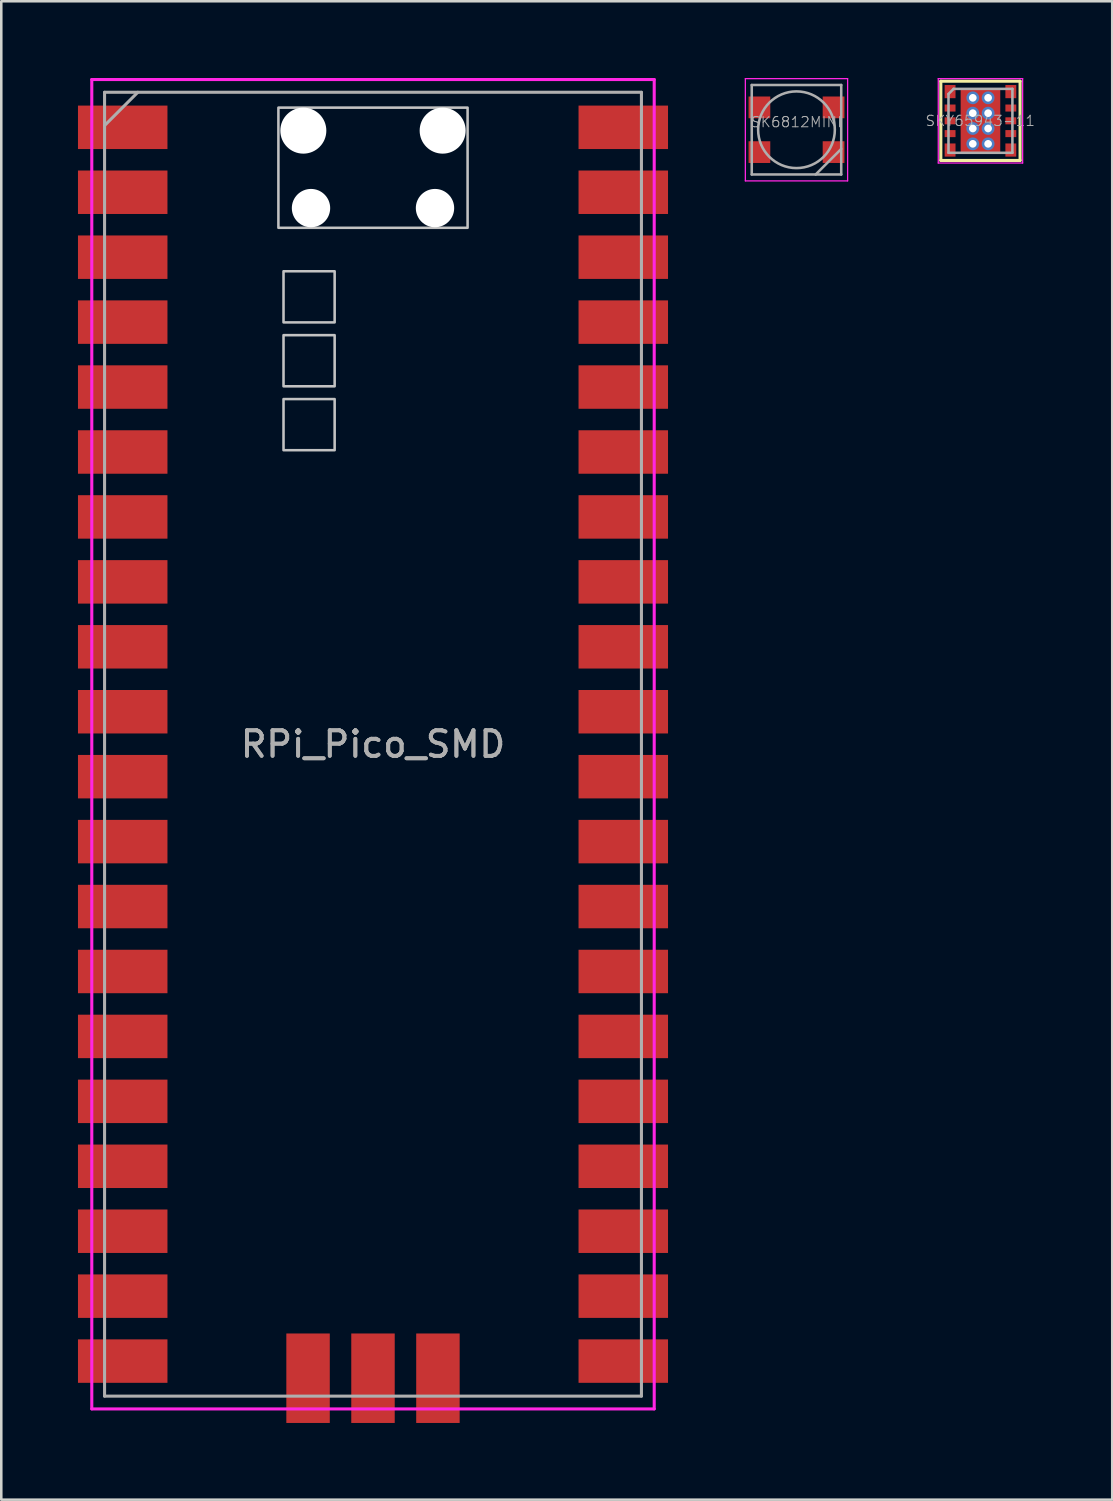
<source format=kicad_pcb>
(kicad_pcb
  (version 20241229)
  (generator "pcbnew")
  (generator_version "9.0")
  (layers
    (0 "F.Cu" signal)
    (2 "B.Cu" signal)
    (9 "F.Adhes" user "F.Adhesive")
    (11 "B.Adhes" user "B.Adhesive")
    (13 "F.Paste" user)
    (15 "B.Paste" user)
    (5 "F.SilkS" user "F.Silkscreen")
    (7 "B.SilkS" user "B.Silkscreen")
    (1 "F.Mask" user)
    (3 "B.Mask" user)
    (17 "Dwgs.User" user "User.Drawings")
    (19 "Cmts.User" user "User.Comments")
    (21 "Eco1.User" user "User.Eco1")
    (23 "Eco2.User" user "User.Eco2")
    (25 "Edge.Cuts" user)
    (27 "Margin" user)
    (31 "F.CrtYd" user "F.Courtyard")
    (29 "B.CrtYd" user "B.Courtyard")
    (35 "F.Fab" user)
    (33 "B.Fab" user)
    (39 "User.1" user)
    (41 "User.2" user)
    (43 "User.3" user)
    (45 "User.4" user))
  (footprint "RPi_Pico_SMD"
    (layer "F.Cu")
    (at 11.54 26.06)
    (property "Reference" "RPi_Pico_SMD" (at 0 0 0) (layer "F.Fab") (effects (font (size 1 1) (thickness 0.15))))
    (fp_poly (pts (xy -1.5 -16.5) (xy -3.5 -16.5) (xy -3.5 -18.5) (xy -1.5 -18.5)) (stroke (width 0.1) (type solid)) (fill no) (layer "Dwgs.User"))
    (fp_poly (pts (xy -1.5 -14) (xy -3.5 -14) (xy -3.5 -16) (xy -1.5 -16)) (stroke (width 0.1) (type solid)) (fill no) (layer "Dwgs.User"))
    (fp_poly (pts (xy -1.5 -11.5) (xy -3.5 -11.5) (xy -3.5 -13.5) (xy -1.5 -13.5)) (stroke (width 0.1) (type solid)) (fill no) (layer "Dwgs.User"))
    (fp_poly (pts (xy 3.7 -20.2) (xy -3.7 -20.2) (xy -3.7 -24.9) (xy 3.7 -24.9)) (stroke (width 0.1) (type solid)) (fill no) (layer "Dwgs.User"))
    (fp_line (start -11 -26) (end 11 -26) (stroke (width 0.12) (type solid)) (layer "F.CrtYd"))
    (fp_line (start -11 26) (end -11 -26) (stroke (width 0.12) (type solid)) (layer "F.CrtYd"))
    (fp_line (start 11 -26) (end 11 26) (stroke (width 0.12) (type solid)) (layer "F.CrtYd"))
    (fp_line (start 11 26) (end -11 26) (stroke (width 0.12) (type solid)) (layer "F.CrtYd"))
    (fp_line (start -10.5 -25.5) (end 10.5 -25.5) (stroke (width 0.12) (type solid)) (layer "F.Fab"))
    (fp_line (start -10.5 -24.2) (end -9.2 -25.5) (stroke (width 0.12) (type solid)) (layer "F.Fab"))
    (fp_line (start -10.5 25.5) (end -10.5 -25.5) (stroke (width 0.12) (type solid)) (layer "F.Fab"))
    (fp_line (start 10.5 -25.5) (end 10.5 25.5) (stroke (width 0.12) (type solid)) (layer "F.Fab"))
    (fp_line (start 10.5 25.5) (end -10.5 25.5) (stroke (width 0.12) (type solid)) (layer "F.Fab"))
    (fp_text user "${REFERENCE}" (at 0 0 180) (layer "F.Fab") (effects (font (size 1 1) (thickness 0.15))))
    (pad "" np_thru_hole oval (at -2.725 -24) (size 1.8 1.8) (drill 1.8) (layers "*.Cu" "*.Mask"))
    (pad "" np_thru_hole oval (at -2.425 -20.97) (size 1.5 1.5) (drill 1.5) (layers "*.Cu" "*.Mask"))
    (pad "" np_thru_hole oval (at 2.425 -20.97) (size 1.5 1.5) (drill 1.5) (layers "*.Cu" "*.Mask"))
    (pad "" np_thru_hole oval (at 2.725 -24) (size 1.8 1.8) (drill 1.8) (layers "*.Cu" "*.Mask"))
    (pad "1" smd rect (at -8.89 -24.13) (size 3.5 1.7) (drill (offset -0.9 0)) (layers "F.Cu" "F.Mask"))
    (pad "2" smd rect (at -8.89 -21.59) (size 3.5 1.7) (drill (offset -0.9 0)) (layers "F.Cu" "F.Mask"))
    (pad "3" smd rect (at -8.89 -19.05) (size 3.5 1.7) (drill (offset -0.9 0)) (layers "F.Cu" "F.Mask"))
    (pad "4" smd rect (at -8.89 -16.51) (size 3.5 1.7) (drill (offset -0.9 0)) (layers "F.Cu" "F.Mask"))
    (pad "5" smd rect (at -8.89 -13.97) (size 3.5 1.7) (drill (offset -0.9 0)) (layers "F.Cu" "F.Mask"))
    (pad "6" smd rect (at -8.89 -11.43) (size 3.5 1.7) (drill (offset -0.9 0)) (layers "F.Cu" "F.Mask"))
    (pad "7" smd rect (at -8.89 -8.89) (size 3.5 1.7) (drill (offset -0.9 0)) (layers "F.Cu" "F.Mask"))
    (pad "8" smd rect (at -8.89 -6.35) (size 3.5 1.7) (drill (offset -0.9 0)) (layers "F.Cu" "F.Mask"))
    (pad "9" smd rect (at -8.89 -3.81) (size 3.5 1.7) (drill (offset -0.9 0)) (layers "F.Cu" "F.Mask"))
    (pad "10" smd rect (at -8.89 -1.27) (size 3.5 1.7) (drill (offset -0.9 0)) (layers "F.Cu" "F.Mask"))
    (pad "11" smd rect (at -8.89 1.27) (size 3.5 1.7) (drill (offset -0.9 0)) (layers "F.Cu" "F.Mask"))
    (pad "12" smd rect (at -8.89 3.81) (size 3.5 1.7) (drill (offset -0.9 0)) (layers "F.Cu" "F.Mask"))
    (pad "13" smd rect (at -8.89 6.35) (size 3.5 1.7) (drill (offset -0.9 0)) (layers "F.Cu" "F.Mask"))
    (pad "14" smd rect (at -8.89 8.89) (size 3.5 1.7) (drill (offset -0.9 0)) (layers "F.Cu" "F.Mask"))
    (pad "15" smd rect (at -8.89 11.43) (size 3.5 1.7) (drill (offset -0.9 0)) (layers "F.Cu" "F.Mask"))
    (pad "16" smd rect (at -8.89 13.97) (size 3.5 1.7) (drill (offset -0.9 0)) (layers "F.Cu" "F.Mask"))
    (pad "17" smd rect (at -8.89 16.51) (size 3.5 1.7) (drill (offset -0.9 0)) (layers "F.Cu" "F.Mask"))
    (pad "18" smd rect (at -8.89 19.05) (size 3.5 1.7) (drill (offset -0.9 0)) (layers "F.Cu" "F.Mask"))
    (pad "19" smd rect (at -8.89 21.59) (size 3.5 1.7) (drill (offset -0.9 0)) (layers "F.Cu" "F.Mask"))
    (pad "20" smd rect (at -8.89 24.13) (size 3.5 1.7) (drill (offset -0.9 0)) (layers "F.Cu" "F.Mask"))
    (pad "21" smd rect (at 8.89 24.13) (size 3.5 1.7) (drill (offset 0.9 0)) (layers "F.Cu" "F.Mask"))
    (pad "22" smd rect (at 8.89 21.59) (size 3.5 1.7) (drill (offset 0.9 0)) (layers "F.Cu" "F.Mask"))
    (pad "23" smd rect (at 8.89 19.05) (size 3.5 1.7) (drill (offset 0.9 0)) (layers "F.Cu" "F.Mask"))
    (pad "24" smd rect (at 8.89 16.51) (size 3.5 1.7) (drill (offset 0.9 0)) (layers "F.Cu" "F.Mask"))
    (pad "25" smd rect (at 8.89 13.97) (size 3.5 1.7) (drill (offset 0.9 0)) (layers "F.Cu" "F.Mask"))
    (pad "26" smd rect (at 8.89 11.43) (size 3.5 1.7) (drill (offset 0.9 0)) (layers "F.Cu" "F.Mask"))
    (pad "27" smd rect (at 8.89 8.89) (size 3.5 1.7) (drill (offset 0.9 0)) (layers "F.Cu" "F.Mask"))
    (pad "28" smd rect (at 8.89 6.35) (size 3.5 1.7) (drill (offset 0.9 0)) (layers "F.Cu" "F.Mask"))
    (pad "29" smd rect (at 8.89 3.81) (size 3.5 1.7) (drill (offset 0.9 0)) (layers "F.Cu" "F.Mask"))
    (pad "30" smd rect (at 8.89 1.27) (size 3.5 1.7) (drill (offset 0.9 0)) (layers "F.Cu" "F.Mask"))
    (pad "31" smd rect (at 8.89 -1.27) (size 3.5 1.7) (drill (offset 0.9 0)) (layers "F.Cu" "F.Mask"))
    (pad "32" smd rect (at 8.89 -3.81) (size 3.5 1.7) (drill (offset 0.9 0)) (layers "F.Cu" "F.Mask"))
    (pad "33" smd rect (at 8.89 -6.35) (size 3.5 1.7) (drill (offset 0.9 0)) (layers "F.Cu" "F.Mask"))
    (pad "34" smd rect (at 8.89 -8.89) (size 3.5 1.7) (drill (offset 0.9 0)) (layers "F.Cu" "F.Mask"))
    (pad "35" smd rect (at 8.89 -11.43) (size 3.5 1.7) (drill (offset 0.9 0)) (layers "F.Cu" "F.Mask"))
    (pad "36" smd rect (at 8.89 -13.97) (size 3.5 1.7) (drill (offset 0.9 0)) (layers "F.Cu" "F.Mask"))
    (pad "37" smd rect (at 8.89 -16.51) (size 3.5 1.7) (drill (offset 0.9 0)) (layers "F.Cu" "F.Mask"))
    (pad "38" smd rect (at 8.89 -19.05) (size 3.5 1.7) (drill (offset 0.9 0)) (layers "F.Cu" "F.Mask"))
    (pad "39" smd rect (at 8.89 -21.59) (size 3.5 1.7) (drill (offset 0.9 0)) (layers "F.Cu" "F.Mask"))
    (pad "40" smd rect (at 8.89 -24.13) (size 3.5 1.7) (drill (offset 0.9 0)) (layers "F.Cu" "F.Mask"))
    (pad "41" smd rect (at -2.54 23.9 90) (size 3.5 1.7) (drill (offset -0.9 0)) (layers "F.Cu" "F.Mask"))
    (pad "42" smd rect (at 0 23.9 90) (size 3.5 1.7) (drill (offset -0.9 0)) (layers "F.Cu" "F.Mask"))
    (pad "43" smd rect (at 2.54 23.9 90) (size 3.5 1.7) (drill (offset -0.9 0)) (layers "F.Cu" "F.Mask")))
  (footprint "SKY65943-11"
    (layer "F.Cu")
    (at 35.301 1.676)
    (property "Reference" "SKY65943-11" (at -0.008 0 0) (layer "F.Fab") (effects (font (size 0.4 0.4) (thickness 0.04))))
    (attr smd)
    (fp_poly (pts (xy -1.45 -1.451) (xy -0.925 -1.451) (xy -0.925 -0.836) (xy -1.45 -0.836)) (stroke (width 0.01) (type solid)) (fill yes) (layer "F.Mask"))
    (fp_poly (pts (xy -1.45 -0.688) (xy -0.925 -0.688) (xy -0.925 -0.312) (xy -1.45 -0.312)) (stroke (width 0.01) (type solid)) (fill yes) (layer "F.Mask"))
    (fp_poly (pts (xy -1.45 -0.188) (xy -0.925 -0.188) (xy -0.925 0.188) (xy -1.45 0.188)) (stroke (width 0.01) (type solid)) (fill yes) (layer "F.Mask"))
    (fp_poly (pts (xy -1.45 0.312) (xy -0.925 0.312) (xy -0.925 0.688) (xy -1.45 0.688)) (stroke (width 0.01) (type solid)) (fill yes) (layer "F.Mask"))
    (fp_poly (pts (xy -1.45 0.836) (xy -0.925 0.836) (xy -0.925 1.451) (xy -1.45 1.451)) (stroke (width 0.01) (type solid)) (fill yes) (layer "F.Mask"))
    (fp_poly (pts (xy -0.775 -1.25) (xy 0.775 -1.25) (xy 0.775 1.25) (xy -0.775 1.25)) (stroke (width 0.01) (type solid)) (fill yes) (layer "F.Mask"))
    (fp_poly (pts (xy 0.925 -1.451) (xy 1.45 -1.451) (xy 1.45 -0.836) (xy 0.925 -0.836)) (stroke (width 0.01) (type solid)) (fill yes) (layer "F.Mask"))
    (fp_poly (pts (xy 0.925 -0.688) (xy 1.45 -0.688) (xy 1.45 -0.312) (xy 0.925 -0.312)) (stroke (width 0.01) (type solid)) (fill yes) (layer "F.Mask"))
    (fp_poly (pts (xy 0.925 -0.188) (xy 1.45 -0.188) (xy 1.45 0.188) (xy 0.925 0.188)) (stroke (width 0.01) (type solid)) (fill yes) (layer "F.Mask"))
    (fp_poly (pts (xy 0.925 0.312) (xy 1.45 0.312) (xy 1.45 0.688) (xy 0.925 0.688)) (stroke (width 0.01) (type solid)) (fill yes) (layer "F.Mask"))
    (fp_poly (pts (xy 0.925 0.836) (xy 1.45 0.836) (xy 1.45 1.451) (xy 0.925 1.451)) (stroke (width 0.01) (type solid)) (fill yes) (layer "F.Mask"))
    (fp_line (start -1.55 1.55) (end -1.55 -1.55) (stroke (width 0.12) (type default)) (layer "F.SilkS"))
    (fp_line (start -1.55 1.55) (end 1.55 1.55) (stroke (width 0.12) (type default)) (layer "F.SilkS"))
    (fp_line (start 1.55 -1.55) (end -1.55 -1.55) (stroke (width 0.12) (type default)) (layer "F.SilkS"))
    (fp_line (start 1.55 1.55) (end 1.55 -1.55) (stroke (width 0.12) (type default)) (layer "F.SilkS"))
    (fp_poly (pts (xy -0.775 -1.25) (xy 0.775 -1.25) (xy 0.775 -0.505) (xy -0.775 -0.505)) (stroke (width 0.01) (type solid)) (fill yes) (layer "F.Paste"))
    (fp_poly (pts (xy -0.775 -0.335) (xy 0.775 -0.335) (xy 0.775 0.335) (xy -0.775 0.335)) (stroke (width 0.01) (type solid)) (fill yes) (layer "F.Paste"))
    (fp_poly (pts (xy -0.775 0.505) (xy 0.775 0.505) (xy 0.775 1.25) (xy -0.775 1.25)) (stroke (width 0.01) (type solid)) (fill yes) (layer "F.Paste"))
    (fp_line (start -1.65 -1.651) (end 1.65 -1.651) (stroke (width 0.05) (type solid)) (layer "F.CrtYd"))
    (fp_line (start -1.65 1.651) (end -1.65 -1.651) (stroke (width 0.05) (type solid)) (layer "F.CrtYd"))
    (fp_line (start 1.65 -1.651) (end 1.65 1.651) (stroke (width 0.05) (type solid)) (layer "F.CrtYd"))
    (fp_line (start 1.65 1.651) (end -1.65 1.651) (stroke (width 0.05) (type solid)) (layer "F.CrtYd"))
    (fp_line (start -1.25 -1.05) (end -1.05 -1.25) (stroke (width 0.1) (type solid)) (layer "F.Fab"))
    (fp_line (start -1.25 1.25) (end -1.25 -1.05) (stroke (width 0.1) (type solid)) (layer "F.Fab"))
    (fp_line (start -1.05 -1.25) (end 1.25 -1.25) (stroke (width 0.1) (type solid)) (layer "F.Fab"))
    (fp_line (start 1.25 -1.25) (end 1.25 1.25) (stroke (width 0.1) (type solid)) (layer "F.Fab"))
    (fp_line (start 1.25 1.25) (end -1.25 1.25) (stroke (width 0.1) (type solid)) (layer "F.Fab"))
    (pad "1" smd rect (at -1.188 -1.143) (size 0.425 0.515) (layers "F.Cu" "F.Paste"))
    (pad "2" smd rect (at -1.188 -0.5) (size 0.425 0.275) (layers "F.Cu" "F.Paste"))
    (pad "3" smd rect (at -1.188 0) (size 0.425 0.275) (layers "F.Cu" "F.Paste"))
    (pad "4" smd rect (at -1.188 0.5) (size 0.425 0.275) (layers "F.Cu" "F.Paste"))
    (pad "5" smd rect (at -1.188 1.143) (size 0.425 0.515) (layers "F.Cu" "F.Paste"))
    (pad "6" smd rect (at 1.188 1.143) (size 0.425 0.515) (layers "F.Cu" "F.Paste"))
    (pad "7" smd rect (at 1.188 0.5) (size 0.425 0.275) (layers "F.Cu" "F.Paste"))
    (pad "8" smd rect (at 1.188 0) (size 0.425 0.275) (layers "F.Cu" "F.Paste"))
    (pad "9" smd rect (at 1.188 -0.5) (size 0.425 0.275) (layers "F.Cu" "F.Paste"))
    (pad "10" smd rect (at 1.188 -1.143) (size 0.425 0.515) (layers "F.Cu" "F.Paste"))
    (pad "EP" thru_hole circle (at -0.3 -0.9) (size 0.5 0.5) (drill 0.3) (layers "*.Cu"))
    (pad "EP" thru_hole circle (at -0.3 -0.3) (size 0.5 0.5) (drill 0.3) (layers "*.Cu"))
    (pad "EP" thru_hole circle (at -0.3 0.3) (size 0.5 0.5) (drill 0.3) (layers "*.Cu"))
    (pad "EP" thru_hole circle (at -0.3 0.9) (size 0.5 0.5) (drill 0.3) (layers "*.Cu"))
    (pad "EP" smd rect (at 0 0) (size 1.55 2.5) (layers "F.Cu"))
    (pad "EP" thru_hole circle (at 0.3 -0.9) (size 0.5 0.5) (drill 0.3) (layers "*.Cu"))
    (pad "EP" thru_hole circle (at 0.3 -0.3) (size 0.5 0.5) (drill 0.3) (layers "*.Cu"))
    (pad "EP" thru_hole circle (at 0.3 0.3) (size 0.5 0.5) (drill 0.3) (layers "*.Cu"))
    (pad "EP" thru_hole circle (at 0.3 0.9) (size 0.5 0.5) (drill 0.3) (layers "*.Cu")))
  (footprint "SK6812MINI"
    (layer "F.Cu")
    (at 28.105 2.025)
    (property "Reference" "SK6812MINI" (at 0 -0.3 0) (layer "F.Fab") (effects (font (size 0.4 0.4) (thickness 0.04))))
    (attr smd)
    (fp_line (start -2 -2) (end -2 2) (stroke (width 0.05) (type solid)) (layer "F.CrtYd"))
    (fp_line (start -2 2) (end 2 2) (stroke (width 0.05) (type solid)) (layer "F.CrtYd"))
    (fp_line (start 2 -2) (end -2 -2) (stroke (width 0.05) (type solid)) (layer "F.CrtYd"))
    (fp_line (start 2 2) (end 2 -2) (stroke (width 0.05) (type solid)) (layer "F.CrtYd"))
    (fp_line (start -1.75 -1.75) (end -1.75 1.75) (stroke (width 0.1) (type solid)) (layer "F.Fab"))
    (fp_line (start -1.75 1.75) (end 1.75 1.75) (stroke (width 0.1) (type solid)) (layer "F.Fab"))
    (fp_line (start 1.75 -1.75) (end -1.75 -1.75) (stroke (width 0.1) (type solid)) (layer "F.Fab"))
    (fp_line (start 1.75 0.75) (end 0.75 1.75) (stroke (width 0.1) (type solid)) (layer "F.Fab"))
    (fp_line (start 1.75 1.75) (end 1.75 -1.75) (stroke (width 0.1) (type solid)) (layer "F.Fab"))
    (fp_circle (center 0 0) (end 0 -1.5) (stroke (width 0.1) (type solid)) (fill no) (layer "F.Fab"))
    (pad "1" smd rect (at -1.45 -0.875) (size 0.85 0.85) (layers "F.Cu" "F.Mask" "F.Paste"))
    (pad "2" smd rect (at -1.45 0.875) (size 0.85 0.85) (layers "F.Cu" "F.Mask" "F.Paste"))
    (pad "3" smd rect (at 1.45 0.875) (size 0.85 0.85) (layers "F.Cu" "F.Mask" "F.Paste"))
    (pad "4" smd rect (at 1.45 -0.875) (size 0.85 0.85) (layers "F.Cu" "F.Mask" "F.Paste")))
  (gr_rect
    (start -3 -3)
    (end 40.456 55.61)
    (stroke (width 0.1) (type default))
    (fill no)
    (layer "Edge.Cuts")))
</source>
